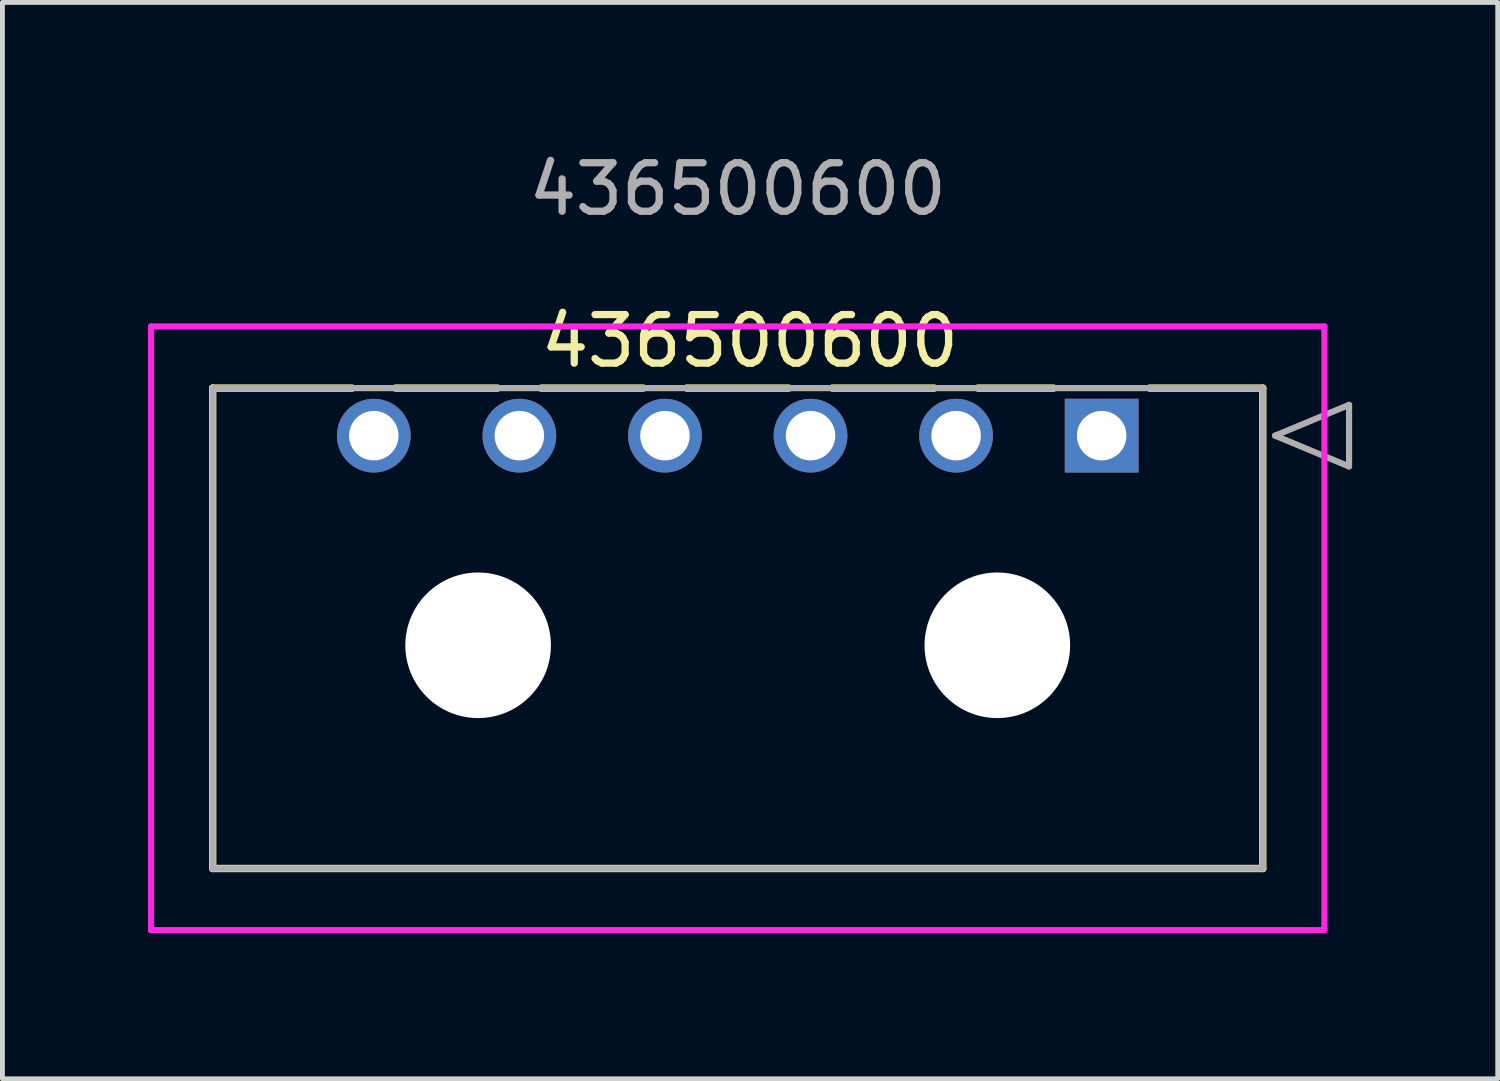
<source format=kicad_pcb>
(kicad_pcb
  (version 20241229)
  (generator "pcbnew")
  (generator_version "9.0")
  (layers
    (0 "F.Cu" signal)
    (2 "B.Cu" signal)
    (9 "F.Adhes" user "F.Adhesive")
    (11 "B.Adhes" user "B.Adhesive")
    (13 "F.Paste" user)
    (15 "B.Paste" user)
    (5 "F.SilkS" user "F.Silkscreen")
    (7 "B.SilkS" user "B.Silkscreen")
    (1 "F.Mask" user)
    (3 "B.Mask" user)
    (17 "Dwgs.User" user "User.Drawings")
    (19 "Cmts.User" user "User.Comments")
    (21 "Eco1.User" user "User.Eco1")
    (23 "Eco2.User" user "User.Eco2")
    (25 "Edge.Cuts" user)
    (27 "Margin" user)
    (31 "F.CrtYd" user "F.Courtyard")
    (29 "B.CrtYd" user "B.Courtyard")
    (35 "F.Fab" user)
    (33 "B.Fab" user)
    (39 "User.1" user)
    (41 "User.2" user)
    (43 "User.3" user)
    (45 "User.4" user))
  (footprint "436500600"
    (layer "F.Cu")
    (at 12.153 10.328)
    (property "Reference" "436500600" (at 0.25 -6.35 0) (unlocked yes) (layer "F.SilkS") (effects (font (size 1 1) (thickness 0.15))))
    (attr through_hole)
    (fp_line (start -10.82 -5.38) (end -10.82 4.52) (stroke (width 0.152) (type solid)) (layer "F.SilkS"))
    (fp_line (start -10.82 4.52) (end 10.82 4.52) (stroke (width 0.152) (type solid)) (layer "F.SilkS"))
    (fp_line (start -7.948 -5.38) (end -10.82 -5.38) (stroke (width 0.152) (type solid)) (layer "F.SilkS"))
    (fp_line (start -4.948 -5.38) (end -7.052 -5.38) (stroke (width 0.152) (type solid)) (layer "F.SilkS"))
    (fp_line (start -1.948 -5.38) (end -4.052 -5.38) (stroke (width 0.152) (type solid)) (layer "F.SilkS"))
    (fp_line (start 1.052 -5.38) (end -1.052 -5.38) (stroke (width 0.152) (type solid)) (layer "F.SilkS"))
    (fp_line (start 4.052 -5.38) (end 1.948 -5.38) (stroke (width 0.152) (type solid)) (layer "F.SilkS"))
    (fp_line (start 6.511 -5.38) (end 4.948 -5.38) (stroke (width 0.152) (type solid)) (layer "F.SilkS"))
    (fp_line (start 10.82 -5.38) (end 8.489 -5.38) (stroke (width 0.152) (type solid)) (layer "F.SilkS"))
    (fp_line (start 10.82 4.52) (end 10.82 -5.38) (stroke (width 0.152) (type solid)) (layer "F.SilkS"))
    (fp_line (start -12.09 -6.65) (end -12.09 5.79) (stroke (width 0.127) (type solid)) (layer "F.CrtYd"))
    (fp_line (start -12.09 5.79) (end 12.09 5.79) (stroke (width 0.127) (type solid)) (layer "F.CrtYd"))
    (fp_line (start 12.09 -6.65) (end -12.09 -6.65) (stroke (width 0.127) (type solid)) (layer "F.CrtYd"))
    (fp_line (start 12.09 5.79) (end 12.09 -6.65) (stroke (width 0.127) (type solid)) (layer "F.CrtYd"))
    (fp_line (start -10.82 -5.38) (end -10.82 4.52) (stroke (width 0.127) (type solid)) (layer "F.Fab"))
    (fp_line (start -10.82 4.52) (end 10.82 4.52) (stroke (width 0.127) (type solid)) (layer "F.Fab"))
    (fp_line (start 10.82 -5.38) (end -10.82 -5.38) (stroke (width 0.127) (type solid)) (layer "F.Fab"))
    (fp_line (start 10.82 4.52) (end 10.82 -5.38) (stroke (width 0.127) (type solid)) (layer "F.Fab"))
    (fp_line (start 11.074 -4.4) (end 12.598 -5.035) (stroke (width 0.127) (type solid)) (layer "F.Fab"))
    (fp_line (start 12.598 -5.035) (end 12.598 -3.765) (stroke (width 0.127) (type solid)) (layer "F.Fab"))
    (fp_line (start 12.598 -3.765) (end 11.074 -4.4) (stroke (width 0.127) (type solid)) (layer "F.Fab"))
    (fp_text user "${REFERENCE}" (at 0.000002 -9.48 0) (unlocked yes) (layer "F.Fab") (effects (font (size 1 1) (thickness 0.15))))
    (pad "" np_thru_hole circle (at -5.35 -0.08) (size 3 3) (drill 3) (layers "*.Cu" "*.Mask"))
    (pad "" np_thru_hole circle (at 5.35 -0.08) (size 3 3) (drill 3) (layers "*.Cu" "*.Mask"))
    (pad "1" thru_hole rect (at 7.5 -4.4) (size 1.52 1.52) (drill 1.02) (layers "*.Cu" "*.Mask"))
    (pad "2" thru_hole circle (at 4.5 -4.4) (size 1.52 1.52) (drill 1.02) (layers "*.Cu" "*.Mask"))
    (pad "3" thru_hole circle (at 1.5 -4.4) (size 1.52 1.52) (drill 1.02) (layers "*.Cu" "*.Mask"))
    (pad "4" thru_hole circle (at -1.5 -4.4) (size 1.52 1.52) (drill 1.02) (layers "*.Cu" "*.Mask"))
    (pad "5" thru_hole circle (at -4.5 -4.4) (size 1.52 1.52) (drill 1.02) (layers "*.Cu" "*.Mask"))
    (pad "6" thru_hole circle (at -7.5 -4.4) (size 1.52 1.52) (drill 1.02) (layers "*.Cu" "*.Mask")))
  (gr_rect
    (start -3 -3)
    (end 27.815 19.182)
    (stroke (width 0.1) (type default))
    (fill no)
    (layer "Edge.Cuts")))
</source>
